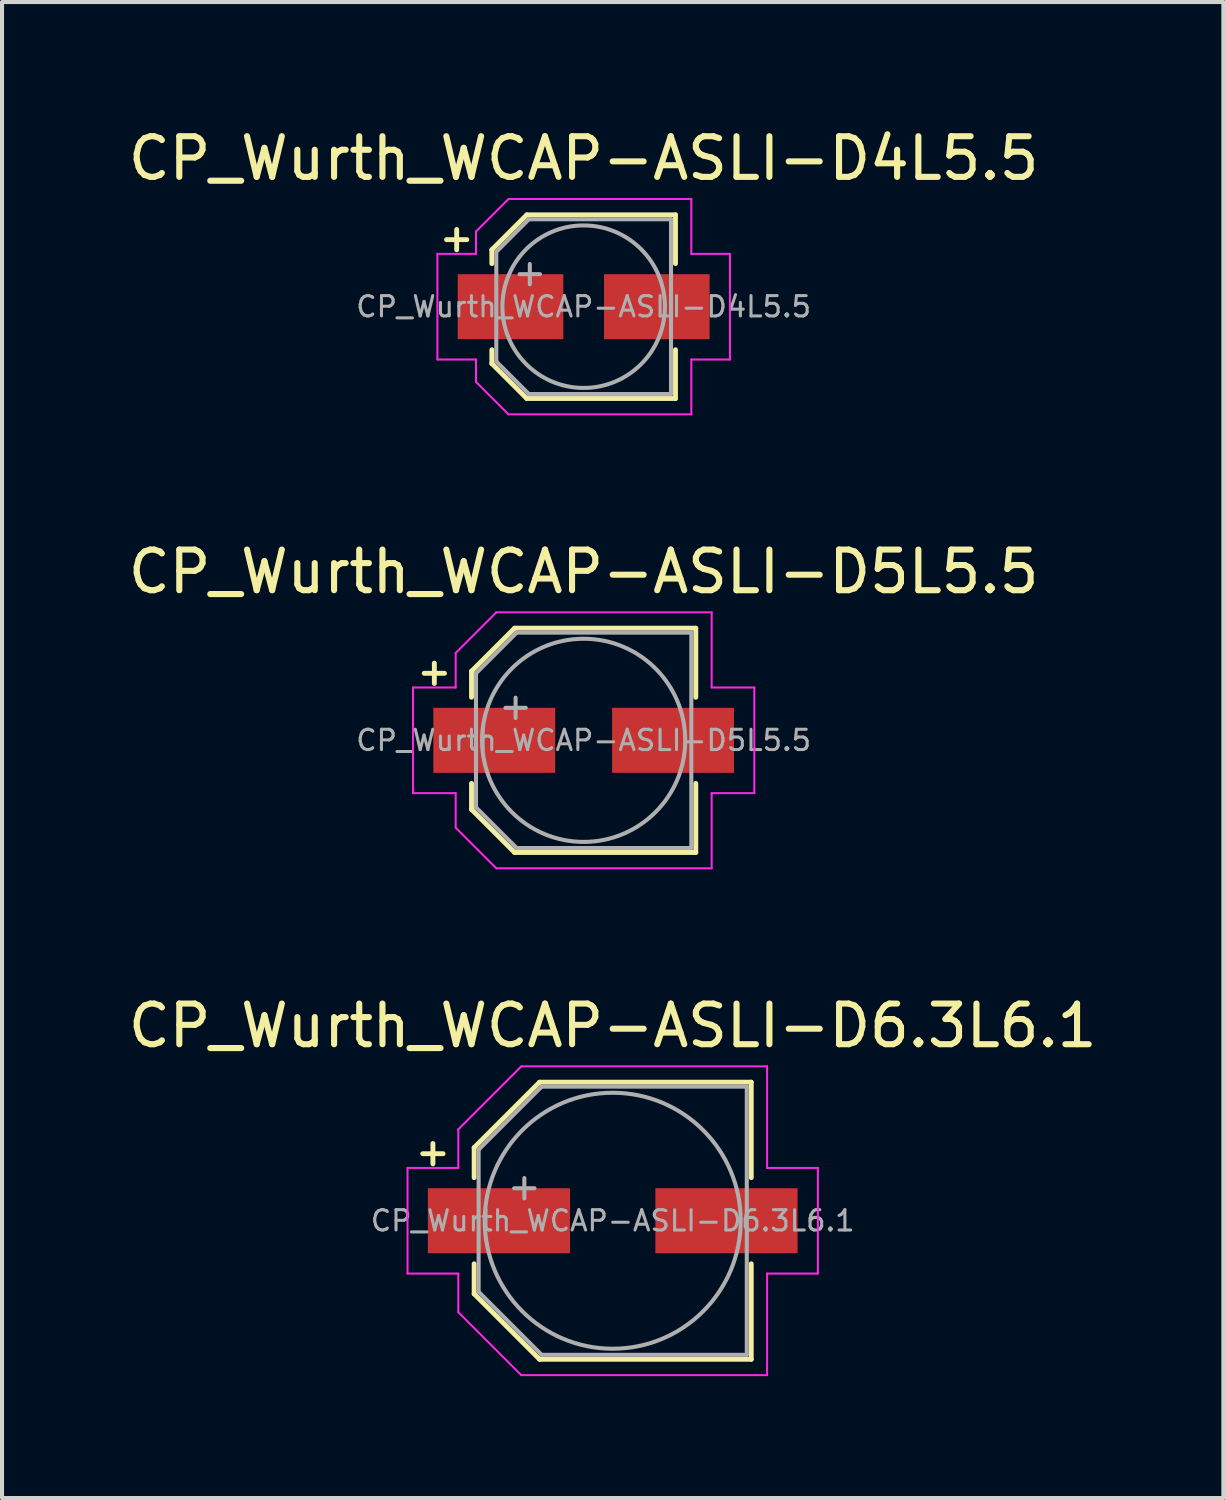
<source format=kicad_pcb>
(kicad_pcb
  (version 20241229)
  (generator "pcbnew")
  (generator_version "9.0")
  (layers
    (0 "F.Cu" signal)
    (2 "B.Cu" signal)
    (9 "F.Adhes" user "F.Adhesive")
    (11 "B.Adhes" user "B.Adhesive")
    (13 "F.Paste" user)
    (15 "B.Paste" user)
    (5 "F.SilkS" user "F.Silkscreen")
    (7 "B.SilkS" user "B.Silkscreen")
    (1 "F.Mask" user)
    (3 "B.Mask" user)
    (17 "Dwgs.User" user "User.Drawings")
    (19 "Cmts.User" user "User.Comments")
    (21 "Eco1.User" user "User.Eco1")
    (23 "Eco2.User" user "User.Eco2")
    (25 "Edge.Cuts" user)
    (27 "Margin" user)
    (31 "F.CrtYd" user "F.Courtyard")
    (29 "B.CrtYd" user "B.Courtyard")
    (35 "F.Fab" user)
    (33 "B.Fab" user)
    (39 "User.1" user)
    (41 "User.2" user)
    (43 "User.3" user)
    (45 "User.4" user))
  (footprint "CP_Wurth_WCAP-ASLI-D6.3L6.1"
    (layer "F.Cu")
    (at 12.03 26.995)
    (property "Reference" "CP_Wurth_WCAP-ASLI-D6.3L6.1" (at 0 -4.8 0) (unlocked yes) (layer "F.SilkS") (effects (font (size 1 1) (thickness 0.15))))
    (attr smd)
    (fp_line (start -4.425 -1.4) (end -4.425 -1.9) (stroke (width 0.12) (type solid)) (layer "F.SilkS"))
    (fp_line (start -4.175 -1.65) (end -4.675 -1.65) (stroke (width 0.12) (type solid)) (layer "F.SilkS"))
    (fp_line (start -3.41 -1.8) (end -3.41 -1.06) (stroke (width 0.12) (type default)) (layer "F.SilkS"))
    (fp_line (start -3.41 -1.8) (end -1.8 -3.41) (stroke (width 0.12) (type default)) (layer "F.SilkS"))
    (fp_line (start -3.41 1.8) (end -3.41 1.06) (stroke (width 0.12) (type default)) (layer "F.SilkS"))
    (fp_line (start -3.41 1.8) (end -1.8 3.41) (stroke (width 0.12) (type default)) (layer "F.SilkS"))
    (fp_line (start -1.8 -3.41) (end 3.41 -3.41) (stroke (width 0.12) (type solid)) (layer "F.SilkS"))
    (fp_line (start -1.8 3.41) (end 3.41 3.41) (stroke (width 0.12) (type solid)) (layer "F.SilkS"))
    (fp_line (start 3.41 -3.41) (end 3.41 -1.06) (stroke (width 0.12) (type default)) (layer "F.SilkS"))
    (fp_line (start 3.41 1.06) (end 3.41 3.41) (stroke (width 0.12) (type default)) (layer "F.SilkS"))
    (fp_line (start -5.05 -1.3) (end -5.05 1.3) (stroke (width 0.05) (type default)) (layer "F.CrtYd"))
    (fp_line (start -5.05 -1.3) (end -3.8 -1.3) (stroke (width 0.05) (type default)) (layer "F.CrtYd"))
    (fp_line (start -5.05 1.3) (end -3.8 1.3) (stroke (width 0.05) (type default)) (layer "F.CrtYd"))
    (fp_line (start -3.8 -2.25) (end -3.8 -1.3) (stroke (width 0.05) (type default)) (layer "F.CrtYd"))
    (fp_line (start -3.8 -2.25) (end -2.25 -3.8) (stroke (width 0.05) (type default)) (layer "F.CrtYd"))
    (fp_line (start -3.8 1.3) (end -3.8 2.25) (stroke (width 0.05) (type default)) (layer "F.CrtYd"))
    (fp_line (start -3.8 2.25) (end -2.25 3.8) (stroke (width 0.05) (type default)) (layer "F.CrtYd"))
    (fp_line (start -2.25 -3.8) (end 3.8 -3.8) (stroke (width 0.05) (type default)) (layer "F.CrtYd"))
    (fp_line (start -2.25 3.8) (end 3.8 3.8) (stroke (width 0.05) (type default)) (layer "F.CrtYd"))
    (fp_line (start 3.8 -3.8) (end 3.8 -1.3) (stroke (width 0.05) (type default)) (layer "F.CrtYd"))
    (fp_line (start 3.8 -1.3) (end 5.05 -1.3) (stroke (width 0.05) (type default)) (layer "F.CrtYd"))
    (fp_line (start 3.8 1.3) (end 3.8 3.8) (stroke (width 0.05) (type default)) (layer "F.CrtYd"))
    (fp_line (start 3.8 1.3) (end 5.05 1.3) (stroke (width 0.05) (type default)) (layer "F.CrtYd"))
    (fp_line (start 5.05 -1.3) (end 5.05 1.3) (stroke (width 0.05) (type default)) (layer "F.CrtYd"))
    (fp_line (start -3.3 -1.75) (end -1.75 -3.3) (stroke (width 0.1) (type default)) (layer "F.Fab"))
    (fp_line (start -3.3 1.75) (end -3.3 -1.75) (stroke (width 0.1) (type default)) (layer "F.Fab"))
    (fp_line (start -2.175 -0.55) (end -2.175 -1.05) (stroke (width 0.1) (type default)) (layer "F.Fab"))
    (fp_line (start -1.925 -0.8) (end -2.425 -0.8) (stroke (width 0.1) (type default)) (layer "F.Fab"))
    (fp_line (start -1.75 -3.3) (end 3.3 -3.3) (stroke (width 0.1) (type default)) (layer "F.Fab"))
    (fp_line (start -1.75 3.3) (end -3.3 1.75) (stroke (width 0.1) (type default)) (layer "F.Fab"))
    (fp_line (start 3.3 -3.3) (end 3.3 3.3) (stroke (width 0.1) (type default)) (layer "F.Fab"))
    (fp_line (start 3.3 3.3) (end -1.75 3.3) (stroke (width 0.1) (type default)) (layer "F.Fab"))
    (fp_circle (center 0 0) (end 3.15 0) (stroke (width 0.1) (type default)) (fill no) (layer "F.Fab"))
    (fp_text user "${REFERENCE}" (at 0 0 0) (unlocked yes) (layer "F.Fab") (effects (font (size 0.5 0.5) (thickness 0.075))))
    (pad "1" smd rect (at -2.8 0) (size 3.5 1.6) (layers "F.Cu" "F.Mask" "F.Paste"))
    (pad "2" smd rect (at 2.8 0) (size 3.5 1.6) (layers "F.Cu" "F.Mask" "F.Paste")))
  (footprint "CP_Wurth_WCAP-ASLI-D5L5.5"
    (layer "F.Cu")
    (at 11.315 15.171)
    (property "Reference" "CP_Wurth_WCAP-ASLI-D5L5.5" (at 0 -4.15 0) (unlocked yes) (layer "F.SilkS") (effects (font (size 1 1) (thickness 0.15))))
    (attr smd)
    (fp_line (start -3.675 -1.4) (end -3.675 -1.9) (stroke (width 0.12) (type solid)) (layer "F.SilkS"))
    (fp_line (start -3.425 -1.65) (end -3.925 -1.65) (stroke (width 0.12) (type solid)) (layer "F.SilkS"))
    (fp_line (start -2.76 -1.7) (end -2.76 -1.06) (stroke (width 0.12) (type default)) (layer "F.SilkS"))
    (fp_line (start -2.76 -1.7) (end -1.7 -2.76) (stroke (width 0.12) (type default)) (layer "F.SilkS"))
    (fp_line (start -2.76 1.7) (end -2.76 1.06) (stroke (width 0.12) (type default)) (layer "F.SilkS"))
    (fp_line (start -2.76 1.7) (end -1.7 2.76) (stroke (width 0.12) (type default)) (layer "F.SilkS"))
    (fp_line (start -1.7 -2.76) (end 2.76 -2.76) (stroke (width 0.12) (type solid)) (layer "F.SilkS"))
    (fp_line (start -1.7 2.76) (end 2.76 2.76) (stroke (width 0.12) (type solid)) (layer "F.SilkS"))
    (fp_line (start 2.76 -2.76) (end 2.76 -1.06) (stroke (width 0.12) (type default)) (layer "F.SilkS"))
    (fp_line (start 2.76 1.06) (end 2.76 2.76) (stroke (width 0.12) (type default)) (layer "F.SilkS"))
    (fp_line (start -4.2 -1.3) (end -4.2 1.3) (stroke (width 0.05) (type default)) (layer "F.CrtYd"))
    (fp_line (start -4.2 -1.3) (end -3.15 -1.3) (stroke (width 0.05) (type default)) (layer "F.CrtYd"))
    (fp_line (start -4.2 1.3) (end -3.15 1.3) (stroke (width 0.05) (type default)) (layer "F.CrtYd"))
    (fp_line (start -3.15 -2.15) (end -3.15 -1.3) (stroke (width 0.05) (type default)) (layer "F.CrtYd"))
    (fp_line (start -3.15 -2.15) (end -2.15 -3.15) (stroke (width 0.05) (type default)) (layer "F.CrtYd"))
    (fp_line (start -3.15 1.3) (end -3.15 2.15) (stroke (width 0.05) (type default)) (layer "F.CrtYd"))
    (fp_line (start -3.15 2.15) (end -2.15 3.15) (stroke (width 0.05) (type default)) (layer "F.CrtYd"))
    (fp_line (start -2.15 -3.15) (end 3.15 -3.15) (stroke (width 0.05) (type default)) (layer "F.CrtYd"))
    (fp_line (start -2.15 3.15) (end 3.15 3.15) (stroke (width 0.05) (type default)) (layer "F.CrtYd"))
    (fp_line (start 3.15 -3.15) (end 3.15 -1.3) (stroke (width 0.05) (type default)) (layer "F.CrtYd"))
    (fp_line (start 3.15 -1.3) (end 4.2 -1.3) (stroke (width 0.05) (type default)) (layer "F.CrtYd"))
    (fp_line (start 3.15 1.3) (end 3.15 3.15) (stroke (width 0.05) (type default)) (layer "F.CrtYd"))
    (fp_line (start 3.15 1.3) (end 4.2 1.3) (stroke (width 0.05) (type default)) (layer "F.CrtYd"))
    (fp_line (start 4.2 -1.3) (end 4.2 1.3) (stroke (width 0.05) (type default)) (layer "F.CrtYd"))
    (fp_line (start -2.65 -1.65) (end -1.65 -2.65) (stroke (width 0.1) (type default)) (layer "F.Fab"))
    (fp_line (start -2.65 1.65) (end -2.65 -1.65) (stroke (width 0.1) (type default)) (layer "F.Fab"))
    (fp_line (start -1.675 -0.55) (end -1.675 -1.05) (stroke (width 0.1) (type default)) (layer "F.Fab"))
    (fp_line (start -1.65 -2.65) (end 2.65 -2.65) (stroke (width 0.1) (type default)) (layer "F.Fab"))
    (fp_line (start -1.65 2.65) (end -2.65 1.65) (stroke (width 0.1) (type default)) (layer "F.Fab"))
    (fp_line (start -1.425 -0.8) (end -1.925 -0.8) (stroke (width 0.1) (type default)) (layer "F.Fab"))
    (fp_line (start 2.65 -2.65) (end 2.65 2.65) (stroke (width 0.1) (type default)) (layer "F.Fab"))
    (fp_line (start 2.65 2.65) (end -1.65 2.65) (stroke (width 0.1) (type default)) (layer "F.Fab"))
    (fp_circle (center 0 0) (end 2.5 0) (stroke (width 0.1) (type default)) (fill no) (layer "F.Fab"))
    (fp_text user "${REFERENCE}" (at 0 0 0) (unlocked yes) (layer "F.Fab") (effects (font (size 0.5 0.5) (thickness 0.075))))
    (pad "1" smd rect (at -2.2 0) (size 3 1.6) (layers "F.Cu" "F.Mask" "F.Paste"))
    (pad "2" smd rect (at 2.2 0) (size 3 1.6) (layers "F.Cu" "F.Mask" "F.Paste")))
  (footprint "CP_Wurth_WCAP-ASLI-D4L5.5"
    (layer "F.Cu")
    (at 11.315 4.498)
    (property "Reference" "CP_Wurth_WCAP-ASLI-D4L5.5" (at 0 -3.65 0) (unlocked yes) (layer "F.SilkS") (effects (font (size 1 1) (thickness 0.15))))
    (attr smd)
    (fp_line (start -3.125 -1.4) (end -3.125 -1.9) (stroke (width 0.12) (type solid)) (layer "F.SilkS"))
    (fp_line (start -2.875 -1.65) (end -3.375 -1.65) (stroke (width 0.12) (type solid)) (layer "F.SilkS"))
    (fp_line (start -2.26 -1.4) (end -2.26 -1.06) (stroke (width 0.12) (type default)) (layer "F.SilkS"))
    (fp_line (start -2.26 -1.4) (end -1.4 -2.26) (stroke (width 0.12) (type default)) (layer "F.SilkS"))
    (fp_line (start -2.26 1.4) (end -2.26 1.06) (stroke (width 0.12) (type default)) (layer "F.SilkS"))
    (fp_line (start -2.26 1.4) (end -1.4 2.26) (stroke (width 0.12) (type default)) (layer "F.SilkS"))
    (fp_line (start -1.4 -2.26) (end 2.26 -2.26) (stroke (width 0.12) (type solid)) (layer "F.SilkS"))
    (fp_line (start -1.4 2.26) (end 2.26 2.26) (stroke (width 0.12) (type solid)) (layer "F.SilkS"))
    (fp_line (start 2.26 -2.26) (end 2.26 -1.06) (stroke (width 0.12) (type default)) (layer "F.SilkS"))
    (fp_line (start 2.26 1.06) (end 2.26 2.26) (stroke (width 0.12) (type default)) (layer "F.SilkS"))
    (fp_line (start -3.6 -1.3) (end -3.6 1.3) (stroke (width 0.05) (type default)) (layer "F.CrtYd"))
    (fp_line (start -3.6 -1.3) (end -2.65 -1.3) (stroke (width 0.05) (type default)) (layer "F.CrtYd"))
    (fp_line (start -3.6 1.3) (end -2.65 1.3) (stroke (width 0.05) (type default)) (layer "F.CrtYd"))
    (fp_line (start -2.65 -1.85) (end -2.65 -1.3) (stroke (width 0.05) (type default)) (layer "F.CrtYd"))
    (fp_line (start -2.65 -1.85) (end -1.85 -2.65) (stroke (width 0.05) (type default)) (layer "F.CrtYd"))
    (fp_line (start -2.65 1.3) (end -2.65 1.85) (stroke (width 0.05) (type default)) (layer "F.CrtYd"))
    (fp_line (start -2.65 1.85) (end -1.85 2.65) (stroke (width 0.05) (type default)) (layer "F.CrtYd"))
    (fp_line (start -1.85 -2.65) (end 2.65 -2.65) (stroke (width 0.05) (type default)) (layer "F.CrtYd"))
    (fp_line (start -1.85 2.65) (end 2.65 2.65) (stroke (width 0.05) (type default)) (layer "F.CrtYd"))
    (fp_line (start 2.65 -2.65) (end 2.65 -1.3) (stroke (width 0.05) (type default)) (layer "F.CrtYd"))
    (fp_line (start 2.65 -1.3) (end 3.6 -1.3) (stroke (width 0.05) (type default)) (layer "F.CrtYd"))
    (fp_line (start 2.65 1.3) (end 2.65 2.65) (stroke (width 0.05) (type default)) (layer "F.CrtYd"))
    (fp_line (start 2.65 1.3) (end 3.6 1.3) (stroke (width 0.05) (type default)) (layer "F.CrtYd"))
    (fp_line (start 3.6 -1.3) (end 3.6 1.3) (stroke (width 0.05) (type default)) (layer "F.CrtYd"))
    (fp_line (start -2.15 -1.35) (end -1.35 -2.15) (stroke (width 0.1) (type default)) (layer "F.Fab"))
    (fp_line (start -2.15 1.35) (end -2.15 -1.35) (stroke (width 0.1) (type default)) (layer "F.Fab"))
    (fp_line (start -1.35 -2.15) (end 2.15 -2.15) (stroke (width 0.1) (type default)) (layer "F.Fab"))
    (fp_line (start -1.35 2.15) (end -2.15 1.35) (stroke (width 0.1) (type default)) (layer "F.Fab"))
    (fp_line (start -1.325 -0.55) (end -1.325 -1.05) (stroke (width 0.1) (type default)) (layer "F.Fab"))
    (fp_line (start -1.075 -0.8) (end -1.575 -0.8) (stroke (width 0.1) (type default)) (layer "F.Fab"))
    (fp_line (start 2.15 -2.15) (end 2.15 2.15) (stroke (width 0.1) (type default)) (layer "F.Fab"))
    (fp_line (start 2.15 2.15) (end -1.35 2.15) (stroke (width 0.1) (type default)) (layer "F.Fab"))
    (fp_circle (center 0 0) (end 2 0) (stroke (width 0.1) (type default)) (fill no) (layer "F.Fab"))
    (fp_text user "${REFERENCE}" (at 0 0 0) (unlocked yes) (layer "F.Fab") (effects (font (size 0.5 0.5) (thickness 0.075))))
    (pad "1" smd rect (at -1.8 0) (size 2.6 1.6) (layers "F.Cu" "F.Mask" "F.Paste"))
    (pad "2" smd rect (at 1.8 0) (size 2.6 1.6) (layers "F.Cu" "F.Mask" "F.Paste")))
  (gr_rect
    (start -3 -3)
    (end 27.06 33.82)
    (stroke (width 0.1) (type default))
    (fill no)
    (layer "Edge.Cuts")))
</source>
